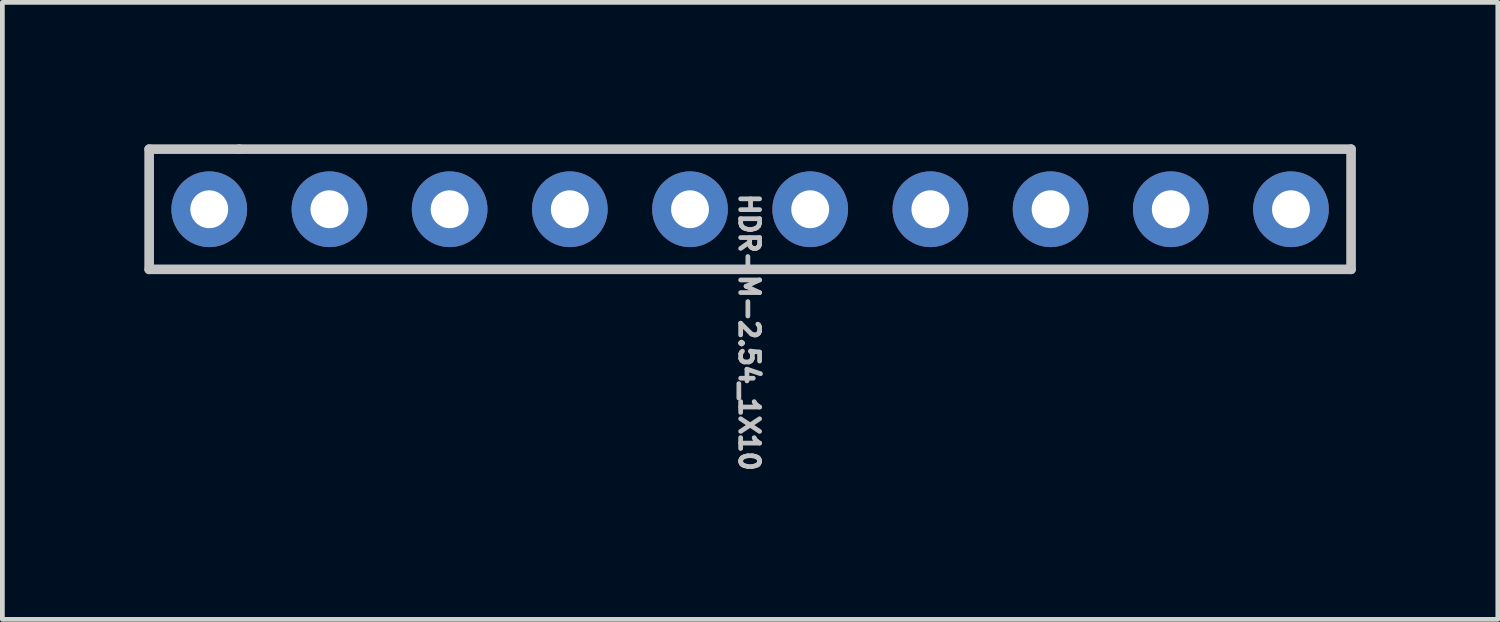
<source format=kicad_pcb>
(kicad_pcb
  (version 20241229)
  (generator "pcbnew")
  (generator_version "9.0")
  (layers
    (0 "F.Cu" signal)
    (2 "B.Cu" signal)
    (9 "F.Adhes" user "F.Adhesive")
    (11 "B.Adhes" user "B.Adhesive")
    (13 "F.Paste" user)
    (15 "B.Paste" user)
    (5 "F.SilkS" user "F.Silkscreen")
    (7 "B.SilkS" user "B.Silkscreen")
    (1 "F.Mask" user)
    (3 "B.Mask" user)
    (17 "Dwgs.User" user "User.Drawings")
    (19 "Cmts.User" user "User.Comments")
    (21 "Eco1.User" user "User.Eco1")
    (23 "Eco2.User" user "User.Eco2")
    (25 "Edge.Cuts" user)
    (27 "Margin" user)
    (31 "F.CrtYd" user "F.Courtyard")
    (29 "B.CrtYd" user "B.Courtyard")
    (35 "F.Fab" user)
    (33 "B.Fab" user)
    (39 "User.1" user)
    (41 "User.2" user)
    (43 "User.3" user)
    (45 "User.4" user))
  (footprint "HDR-M-2.54_1X10"
    (layer "F.Cu")
    (at 12.802 1.372)
    (property "Reference" "HDR-M-2.54_1X10" (at -0.254 -0.381 270) (unlocked yes) (layer "Dwgs.User") (effects (font (size 0.4 0.4) (thickness 0.1)) (justify left bottom)))
    (fp_line (start -12.7 -1.27) (end -12.7 1.27) (stroke (width 0.203) (type default)) (layer "Dwgs.User"))
    (fp_line (start -12.7 1.27) (end 12.7 1.27) (stroke (width 0.203) (type default)) (layer "Dwgs.User"))
    (fp_line (start -10.795 -1.27) (end -12.7 -1.27) (stroke (width 0.203) (type default)) (layer "Dwgs.User"))
    (fp_line (start 12.7 -1.27) (end -10.795 -1.27) (stroke (width 0.203) (type default)) (layer "Dwgs.User"))
    (fp_line (start 12.7 1.27) (end 12.7 -1.27) (stroke (width 0.203) (type default)) (layer "Dwgs.User"))
    (pad "1" thru_hole oval (at -11.43 0) (size 1.6 1.6) (drill 0.8) (layers "*.Cu" "*.Mask"))
    (pad "2" thru_hole oval (at -8.89 0) (size 1.6 1.6) (drill 0.8) (layers "*.Cu" "*.Mask"))
    (pad "3" thru_hole oval (at -6.35 0) (size 1.6 1.6) (drill 0.8) (layers "*.Cu" "*.Mask"))
    (pad "4" thru_hole oval (at -3.81 0) (size 1.6 1.6) (drill 0.8) (layers "*.Cu" "*.Mask"))
    (pad "5" thru_hole oval (at -1.27 0) (size 1.6 1.6) (drill 0.8) (layers "*.Cu" "*.Mask"))
    (pad "6" thru_hole oval (at 1.27 0) (size 1.6 1.6) (drill 0.8) (layers "*.Cu" "*.Mask"))
    (pad "7" thru_hole oval (at 3.81 0) (size 1.6 1.6) (drill 0.8) (layers "*.Cu" "*.Mask"))
    (pad "8" thru_hole oval (at 6.35 0) (size 1.6 1.6) (drill 0.8) (layers "*.Cu" "*.Mask"))
    (pad "9" thru_hole oval (at 8.89 0) (size 1.6 1.6) (drill 0.8) (layers "*.Cu" "*.Mask"))
    (pad "10" thru_hole oval (at 11.43 0) (size 1.6 1.6) (drill 0.8) (layers "*.Cu" "*.Mask")))
  (gr_rect
    (start -3 -3)
    (end 28.603 10.039)
    (stroke (width 0.1) (type default))
    (fill no)
    (layer "Edge.Cuts")))
</source>
